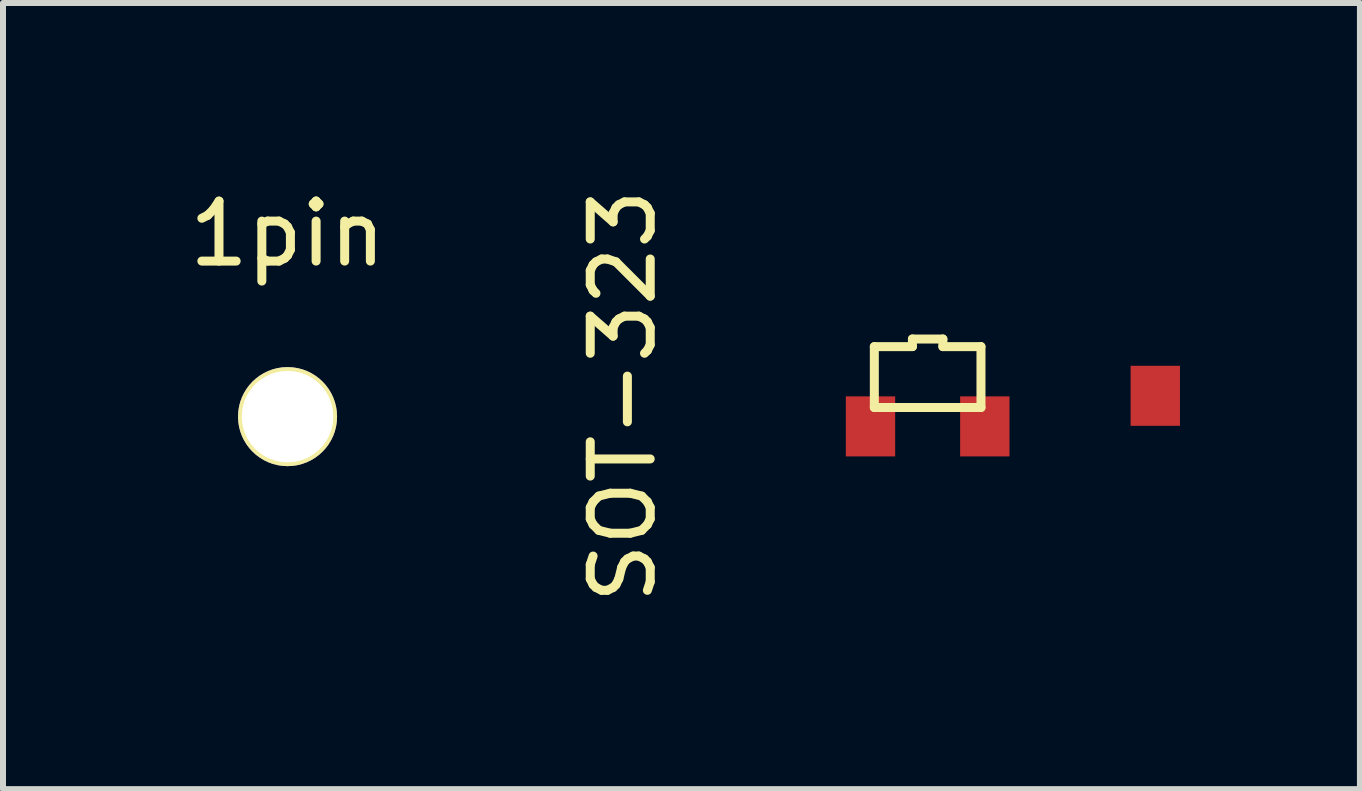
<source format=kicad_pcb>
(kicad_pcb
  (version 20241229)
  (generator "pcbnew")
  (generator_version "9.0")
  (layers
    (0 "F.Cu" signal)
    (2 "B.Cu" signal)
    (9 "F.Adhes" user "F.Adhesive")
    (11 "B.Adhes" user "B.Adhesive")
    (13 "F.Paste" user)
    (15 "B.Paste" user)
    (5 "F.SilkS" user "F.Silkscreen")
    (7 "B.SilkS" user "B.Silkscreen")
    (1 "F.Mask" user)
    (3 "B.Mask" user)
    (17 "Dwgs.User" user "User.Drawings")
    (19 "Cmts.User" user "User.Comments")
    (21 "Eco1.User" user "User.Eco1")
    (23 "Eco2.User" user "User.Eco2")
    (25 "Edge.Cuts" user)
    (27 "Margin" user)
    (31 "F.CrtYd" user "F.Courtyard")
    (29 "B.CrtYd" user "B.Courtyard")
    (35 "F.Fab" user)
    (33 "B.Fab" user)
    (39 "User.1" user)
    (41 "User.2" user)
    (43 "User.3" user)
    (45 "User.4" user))
  (footprint "SOT-323"
    (placed yes)
    (layer "F.Cu")
    (at 12.416 2.284)
    (property "Reference" "SOT-323" (at -5.08 1.27 90) (layer "F.SilkS") (effects (font (size 1 1) (thickness 0.15))))
    (attr smd)
    (fp_line (start -0.889 0.445) (end -0.254 0.445) (stroke (width 0.15) (type solid)) (layer "F.SilkS"))
    (fp_line (start -0.889 1.46) (end -0.889 0.445) (stroke (width 0.15) (type solid)) (layer "F.SilkS"))
    (fp_line (start -0.254 0.318) (end 0.254 0.318) (stroke (width 0.15) (type solid)) (layer "F.SilkS"))
    (fp_line (start -0.254 0.445) (end -0.254 0.318) (stroke (width 0.15) (type solid)) (layer "F.SilkS"))
    (fp_line (start 0.254 0.318) (end 0.254 0.445) (stroke (width 0.15) (type solid)) (layer "F.SilkS"))
    (fp_line (start 0.254 0.445) (end 0.889 0.445) (stroke (width 0.15) (type solid)) (layer "F.SilkS"))
    (fp_line (start 0.889 0.445) (end 0.889 1.46) (stroke (width 0.15) (type solid)) (layer "F.SilkS"))
    (fp_line (start 0.889 1.46) (end -0.889 1.46) (stroke (width 0.15) (type solid)) (layer "F.SilkS"))
    (pad "1" smd rect (at 0.953 1.775) (size 0.823 1.001) (layers "F.Cu" "F.Mask" "F.Paste"))
    (pad "2" smd rect (at -0.953 1.775) (size 0.823 1.001) (layers "F.Cu" "F.Mask" "F.Paste"))
    (pad "3" smd rect (at 3.795 1.265) (size 0.823 1.001) (layers "F.Cu" "F.Mask" "F.Paste")))
  (footprint "1pin"
    (layer "F.Cu")
    (at 1.744 3.896)
    (property "Reference" "1pin" (at 0 -3.048 0) (layer "F.SilkS") (effects (font (size 1 1) (thickness 0.15))))
    (attr through_hole)
    (pad "" np_thru_hole circle (at 0 0) (size 1.651 1.651) (drill 1.524) (layers "*.Cu" "*.Mask" "F.SilkS")))
  (gr_rect
    (start -3 -3)
    (end 19.623 10.107)
    (stroke (width 0.1) (type default))
    (fill no)
    (layer "Edge.Cuts")))
</source>
